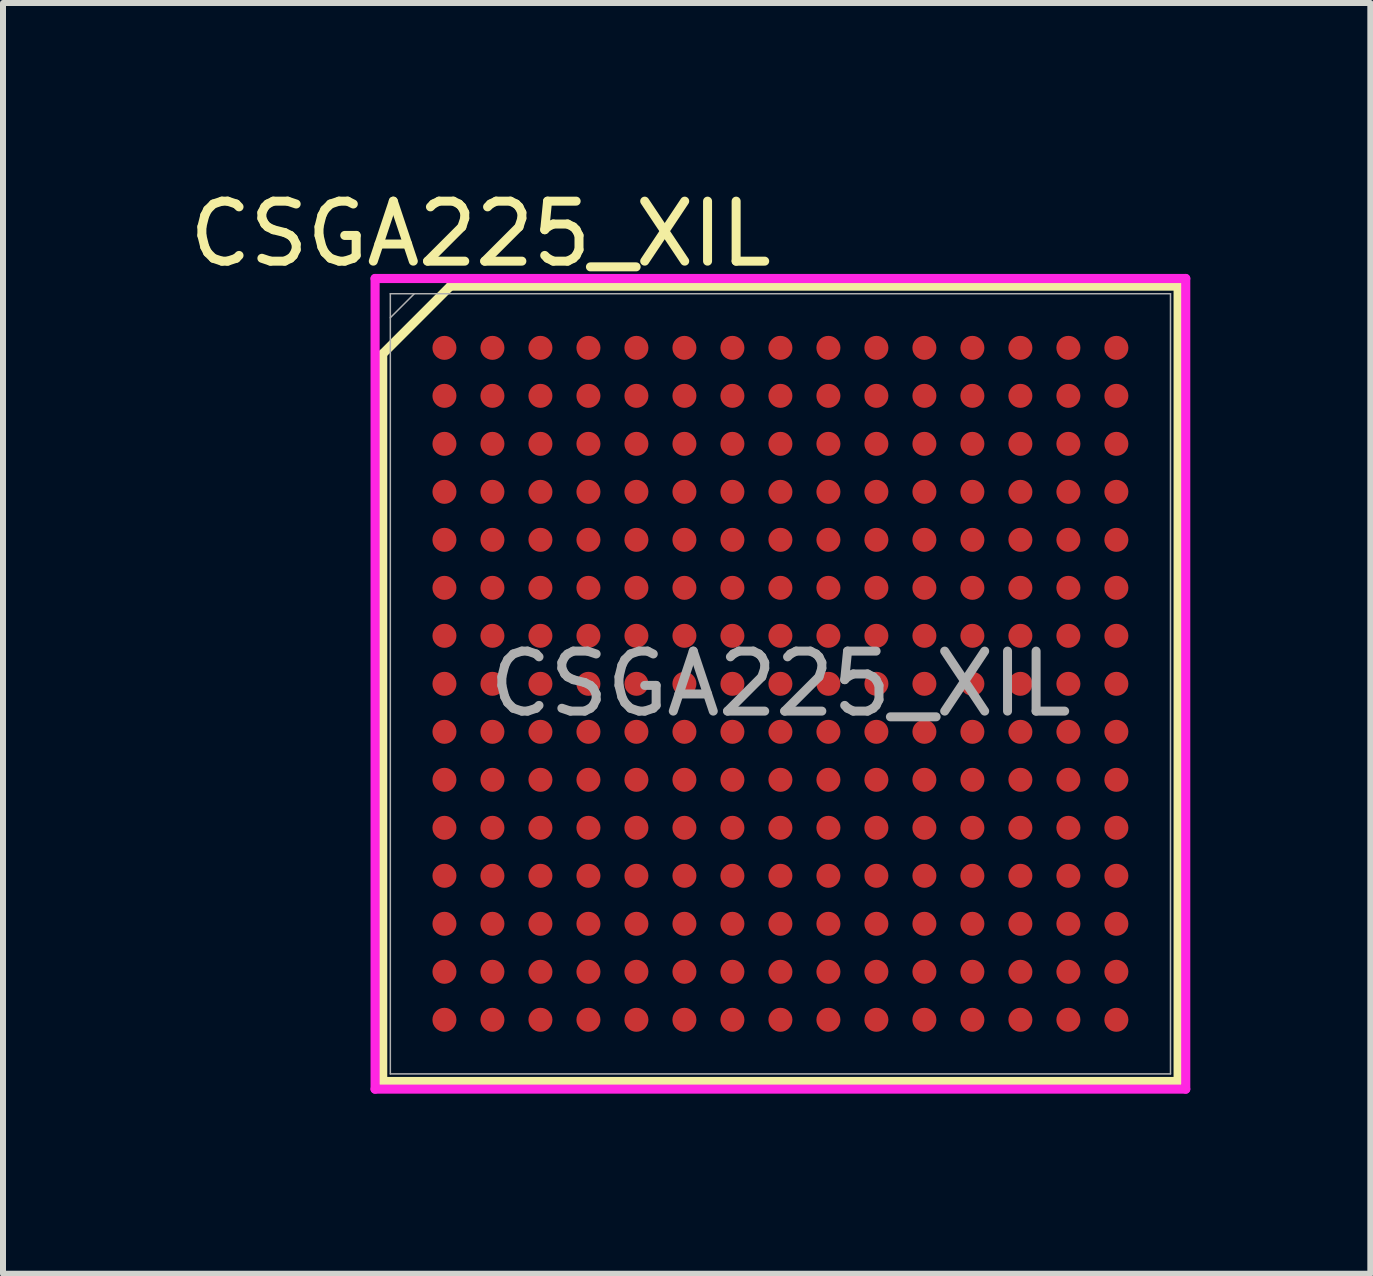
<source format=kicad_pcb>
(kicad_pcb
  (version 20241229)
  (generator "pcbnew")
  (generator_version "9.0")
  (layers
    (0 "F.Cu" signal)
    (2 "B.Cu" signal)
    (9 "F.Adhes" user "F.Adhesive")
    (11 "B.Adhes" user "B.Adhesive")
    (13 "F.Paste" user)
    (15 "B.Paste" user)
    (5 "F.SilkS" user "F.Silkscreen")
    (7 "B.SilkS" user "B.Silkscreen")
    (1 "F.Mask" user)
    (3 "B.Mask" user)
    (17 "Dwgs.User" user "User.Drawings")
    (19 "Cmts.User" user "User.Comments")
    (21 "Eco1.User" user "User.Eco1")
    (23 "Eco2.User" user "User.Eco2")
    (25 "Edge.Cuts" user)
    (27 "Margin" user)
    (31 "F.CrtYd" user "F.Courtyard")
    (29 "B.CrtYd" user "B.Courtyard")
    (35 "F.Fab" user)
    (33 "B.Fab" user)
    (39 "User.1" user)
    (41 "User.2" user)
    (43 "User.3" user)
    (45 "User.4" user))
  (footprint "CSGA225_XIL"
    (layer "F.Cu")
    (at 9.958 8.348)
    (property "Reference" "CSGA225_XIL" (at -5 -7.5 0) (unlocked yes) (layer "F.SilkS") (effects (font (size 1 1) (thickness 0.15))))
    (attr smd)
    (fp_line (start -6.629 -5.5) (end -6.629 6.629) (stroke (width 0.152) (type solid)) (layer "F.SilkS"))
    (fp_line (start -6.629 6.629) (end 6.629 6.629) (stroke (width 0.152) (type solid)) (layer "F.SilkS"))
    (fp_line (start -5.5 -6.629) (end -6.629 -5.5) (stroke (width 0.152) (type default)) (layer "F.SilkS"))
    (fp_line (start 6.629 -6.629) (end -5.5 -6.629) (stroke (width 0.152) (type solid)) (layer "F.SilkS"))
    (fp_line (start 6.629 6.629) (end 6.629 -6.629) (stroke (width 0.152) (type solid)) (layer "F.SilkS"))
    (fp_line (start -6.756 -6.756) (end 6.756 -6.756) (stroke (width 0.152) (type solid)) (layer "F.CrtYd"))
    (fp_line (start -6.756 6.756) (end -6.756 -6.756) (stroke (width 0.152) (type solid)) (layer "F.CrtYd"))
    (fp_line (start 6.756 -6.756) (end 6.756 6.756) (stroke (width 0.152) (type solid)) (layer "F.CrtYd"))
    (fp_line (start 6.756 6.756) (end -6.756 6.756) (stroke (width 0.152) (type solid)) (layer "F.CrtYd"))
    (fp_line (start -6.502 -6.502) (end -6.502 6.502) (stroke (width 0.025) (type solid)) (layer "F.Fab"))
    (fp_line (start -6.502 6.502) (end 6.502 6.502) (stroke (width 0.025) (type solid)) (layer "F.Fab"))
    (fp_line (start -6.102 -6.502) (end -6.502 -6.102) (stroke (width 0.025) (type solid)) (layer "F.Fab"))
    (fp_line (start 6.502 -6.502) (end -6.502 -6.502) (stroke (width 0.025) (type solid)) (layer "F.Fab"))
    (fp_line (start 6.502 6.502) (end 6.502 -6.502) (stroke (width 0.025) (type solid)) (layer "F.Fab"))
    (fp_text user "${REFERENCE}" (at 0 0 0) (unlocked yes) (layer "F.Fab") (effects (font (size 1 1) (thickness 0.15))))
    (pad "A1" smd circle (at -5.6 -5.6) (size 0.4 0.4) (layers "F.Cu" "F.Mask" "F.Paste"))
    (pad "A2" smd circle (at -4.8 -5.6) (size 0.4 0.4) (layers "F.Cu" "F.Mask" "F.Paste"))
    (pad "A3" smd circle (at -4 -5.6) (size 0.4 0.4) (layers "F.Cu" "F.Mask" "F.Paste"))
    (pad "A4" smd circle (at -3.2 -5.6) (size 0.4 0.4) (layers "F.Cu" "F.Mask" "F.Paste"))
    (pad "A5" smd circle (at -2.4 -5.6) (size 0.4 0.4) (layers "F.Cu" "F.Mask" "F.Paste"))
    (pad "A6" smd circle (at -1.6 -5.6) (size 0.4 0.4) (layers "F.Cu" "F.Mask" "F.Paste"))
    (pad "A7" smd circle (at -0.8 -5.6) (size 0.4 0.4) (layers "F.Cu" "F.Mask" "F.Paste"))
    (pad "A8" smd circle (at 0 -5.6) (size 0.4 0.4) (layers "F.Cu" "F.Mask" "F.Paste"))
    (pad "A9" smd circle (at 0.8 -5.6) (size 0.4 0.4) (layers "F.Cu" "F.Mask" "F.Paste"))
    (pad "A10" smd circle (at 1.6 -5.6) (size 0.4 0.4) (layers "F.Cu" "F.Mask" "F.Paste"))
    (pad "A11" smd circle (at 2.4 -5.6) (size 0.4 0.4) (layers "F.Cu" "F.Mask" "F.Paste"))
    (pad "A12" smd circle (at 3.2 -5.6) (size 0.4 0.4) (layers "F.Cu" "F.Mask" "F.Paste"))
    (pad "A13" smd circle (at 4 -5.6) (size 0.4 0.4) (layers "F.Cu" "F.Mask" "F.Paste"))
    (pad "A14" smd circle (at 4.8 -5.6) (size 0.4 0.4) (layers "F.Cu" "F.Mask" "F.Paste"))
    (pad "A15" smd circle (at 5.6 -5.6) (size 0.4 0.4) (layers "F.Cu" "F.Mask" "F.Paste"))
    (pad "B1" smd circle (at -5.6 -4.8) (size 0.4 0.4) (layers "F.Cu" "F.Mask" "F.Paste"))
    (pad "B2" smd circle (at -4.8 -4.8) (size 0.4 0.4) (layers "F.Cu" "F.Mask" "F.Paste"))
    (pad "B3" smd circle (at -4 -4.8) (size 0.4 0.4) (layers "F.Cu" "F.Mask" "F.Paste"))
    (pad "B4" smd circle (at -3.2 -4.8) (size 0.4 0.4) (layers "F.Cu" "F.Mask" "F.Paste"))
    (pad "B5" smd circle (at -2.4 -4.8) (size 0.4 0.4) (layers "F.Cu" "F.Mask" "F.Paste"))
    (pad "B6" smd circle (at -1.6 -4.8) (size 0.4 0.4) (layers "F.Cu" "F.Mask" "F.Paste"))
    (pad "B7" smd circle (at -0.8 -4.8) (size 0.4 0.4) (layers "F.Cu" "F.Mask" "F.Paste"))
    (pad "B8" smd circle (at 0 -4.8) (size 0.4 0.4) (layers "F.Cu" "F.Mask" "F.Paste"))
    (pad "B9" smd circle (at 0.8 -4.8) (size 0.4 0.4) (layers "F.Cu" "F.Mask" "F.Paste"))
    (pad "B10" smd circle (at 1.6 -4.8) (size 0.4 0.4) (layers "F.Cu" "F.Mask" "F.Paste"))
    (pad "B11" smd circle (at 2.4 -4.8) (size 0.4 0.4) (layers "F.Cu" "F.Mask" "F.Paste"))
    (pad "B12" smd circle (at 3.2 -4.8) (size 0.4 0.4) (layers "F.Cu" "F.Mask" "F.Paste"))
    (pad "B13" smd circle (at 4 -4.8) (size 0.4 0.4) (layers "F.Cu" "F.Mask" "F.Paste"))
    (pad "B14" smd circle (at 4.8 -4.8) (size 0.4 0.4) (layers "F.Cu" "F.Mask" "F.Paste"))
    (pad "B15" smd circle (at 5.6 -4.8) (size 0.4 0.4) (layers "F.Cu" "F.Mask" "F.Paste"))
    (pad "C1" smd circle (at -5.6 -4) (size 0.4 0.4) (layers "F.Cu" "F.Mask" "F.Paste"))
    (pad "C2" smd circle (at -4.8 -4) (size 0.4 0.4) (layers "F.Cu" "F.Mask" "F.Paste"))
    (pad "C3" smd circle (at -4 -4) (size 0.4 0.4) (layers "F.Cu" "F.Mask" "F.Paste"))
    (pad "C4" smd circle (at -3.2 -4) (size 0.4 0.4) (layers "F.Cu" "F.Mask" "F.Paste"))
    (pad "C5" smd circle (at -2.4 -4) (size 0.4 0.4) (layers "F.Cu" "F.Mask" "F.Paste"))
    (pad "C6" smd circle (at -1.6 -4) (size 0.4 0.4) (layers "F.Cu" "F.Mask" "F.Paste"))
    (pad "C7" smd circle (at -0.8 -4) (size 0.4 0.4) (layers "F.Cu" "F.Mask" "F.Paste"))
    (pad "C8" smd circle (at 0 -4) (size 0.4 0.4) (layers "F.Cu" "F.Mask" "F.Paste"))
    (pad "C9" smd circle (at 0.8 -4) (size 0.4 0.4) (layers "F.Cu" "F.Mask" "F.Paste"))
    (pad "C10" smd circle (at 1.6 -4) (size 0.4 0.4) (layers "F.Cu" "F.Mask" "F.Paste"))
    (pad "C11" smd circle (at 2.4 -4) (size 0.4 0.4) (layers "F.Cu" "F.Mask" "F.Paste"))
    (pad "C12" smd circle (at 3.2 -4) (size 0.4 0.4) (layers "F.Cu" "F.Mask" "F.Paste"))
    (pad "C13" smd circle (at 4 -4) (size 0.4 0.4) (layers "F.Cu" "F.Mask" "F.Paste"))
    (pad "C14" smd circle (at 4.8 -4) (size 0.4 0.4) (layers "F.Cu" "F.Mask" "F.Paste"))
    (pad "C15" smd circle (at 5.6 -4) (size 0.4 0.4) (layers "F.Cu" "F.Mask" "F.Paste"))
    (pad "D1" smd circle (at -5.6 -3.2) (size 0.4 0.4) (layers "F.Cu" "F.Mask" "F.Paste"))
    (pad "D2" smd circle (at -4.8 -3.2) (size 0.4 0.4) (layers "F.Cu" "F.Mask" "F.Paste"))
    (pad "D3" smd circle (at -4 -3.2) (size 0.4 0.4) (layers "F.Cu" "F.Mask" "F.Paste"))
    (pad "D4" smd circle (at -3.2 -3.2) (size 0.4 0.4) (layers "F.Cu" "F.Mask" "F.Paste"))
    (pad "D5" smd circle (at -2.4 -3.2) (size 0.4 0.4) (layers "F.Cu" "F.Mask" "F.Paste"))
    (pad "D6" smd circle (at -1.6 -3.2) (size 0.4 0.4) (layers "F.Cu" "F.Mask" "F.Paste"))
    (pad "D7" smd circle (at -0.8 -3.2) (size 0.4 0.4) (layers "F.Cu" "F.Mask" "F.Paste"))
    (pad "D8" smd circle (at 0 -3.2) (size 0.4 0.4) (layers "F.Cu" "F.Mask" "F.Paste"))
    (pad "D9" smd circle (at 0.8 -3.2) (size 0.4 0.4) (layers "F.Cu" "F.Mask" "F.Paste"))
    (pad "D10" smd circle (at 1.6 -3.2) (size 0.4 0.4) (layers "F.Cu" "F.Mask" "F.Paste"))
    (pad "D11" smd circle (at 2.4 -3.2) (size 0.4 0.4) (layers "F.Cu" "F.Mask" "F.Paste"))
    (pad "D12" smd circle (at 3.2 -3.2) (size 0.4 0.4) (layers "F.Cu" "F.Mask" "F.Paste"))
    (pad "D13" smd circle (at 4 -3.2) (size 0.4 0.4) (layers "F.Cu" "F.Mask" "F.Paste"))
    (pad "D14" smd circle (at 4.8 -3.2) (size 0.4 0.4) (layers "F.Cu" "F.Mask" "F.Paste"))
    (pad "D15" smd circle (at 5.6 -3.2) (size 0.4 0.4) (layers "F.Cu" "F.Mask" "F.Paste"))
    (pad "E1" smd circle (at -5.6 -2.4) (size 0.4 0.4) (layers "F.Cu" "F.Mask" "F.Paste"))
    (pad "E2" smd circle (at -4.8 -2.4) (size 0.4 0.4) (layers "F.Cu" "F.Mask" "F.Paste"))
    (pad "E3" smd circle (at -4 -2.4) (size 0.4 0.4) (layers "F.Cu" "F.Mask" "F.Paste"))
    (pad "E4" smd circle (at -3.2 -2.4) (size 0.4 0.4) (layers "F.Cu" "F.Mask" "F.Paste"))
    (pad "E5" smd circle (at -2.4 -2.4) (size 0.4 0.4) (layers "F.Cu" "F.Mask" "F.Paste"))
    (pad "E6" smd circle (at -1.6 -2.4) (size 0.4 0.4) (layers "F.Cu" "F.Mask" "F.Paste"))
    (pad "E7" smd circle (at -0.8 -2.4) (size 0.4 0.4) (layers "F.Cu" "F.Mask" "F.Paste"))
    (pad "E8" smd circle (at 0 -2.4) (size 0.4 0.4) (layers "F.Cu" "F.Mask" "F.Paste"))
    (pad "E9" smd circle (at 0.8 -2.4) (size 0.4 0.4) (layers "F.Cu" "F.Mask" "F.Paste"))
    (pad "E10" smd circle (at 1.6 -2.4) (size 0.4 0.4) (layers "F.Cu" "F.Mask" "F.Paste"))
    (pad "E11" smd circle (at 2.4 -2.4) (size 0.4 0.4) (layers "F.Cu" "F.Mask" "F.Paste"))
    (pad "E12" smd circle (at 3.2 -2.4) (size 0.4 0.4) (layers "F.Cu" "F.Mask" "F.Paste"))
    (pad "E13" smd circle (at 4 -2.4) (size 0.4 0.4) (layers "F.Cu" "F.Mask" "F.Paste"))
    (pad "E14" smd circle (at 4.8 -2.4) (size 0.4 0.4) (layers "F.Cu" "F.Mask" "F.Paste"))
    (pad "E15" smd circle (at 5.6 -2.4) (size 0.4 0.4) (layers "F.Cu" "F.Mask" "F.Paste"))
    (pad "F1" smd circle (at -5.6 -1.6) (size 0.4 0.4) (layers "F.Cu" "F.Mask" "F.Paste"))
    (pad "F2" smd circle (at -4.8 -1.6) (size 0.4 0.4) (layers "F.Cu" "F.Mask" "F.Paste"))
    (pad "F3" smd circle (at -4 -1.6) (size 0.4 0.4) (layers "F.Cu" "F.Mask" "F.Paste"))
    (pad "F4" smd circle (at -3.2 -1.6) (size 0.4 0.4) (layers "F.Cu" "F.Mask" "F.Paste"))
    (pad "F5" smd circle (at -2.4 -1.6) (size 0.4 0.4) (layers "F.Cu" "F.Mask" "F.Paste"))
    (pad "F6" smd circle (at -1.6 -1.6) (size 0.4 0.4) (layers "F.Cu" "F.Mask" "F.Paste"))
    (pad "F7" smd circle (at -0.8 -1.6) (size 0.4 0.4) (layers "F.Cu" "F.Mask" "F.Paste"))
    (pad "F8" smd circle (at 0 -1.6) (size 0.4 0.4) (layers "F.Cu" "F.Mask" "F.Paste"))
    (pad "F9" smd circle (at 0.8 -1.6) (size 0.4 0.4) (layers "F.Cu" "F.Mask" "F.Paste"))
    (pad "F10" smd circle (at 1.6 -1.6) (size 0.4 0.4) (layers "F.Cu" "F.Mask" "F.Paste"))
    (pad "F11" smd circle (at 2.4 -1.6) (size 0.4 0.4) (layers "F.Cu" "F.Mask" "F.Paste"))
    (pad "F12" smd circle (at 3.2 -1.6) (size 0.4 0.4) (layers "F.Cu" "F.Mask" "F.Paste"))
    (pad "F13" smd circle (at 4 -1.6) (size 0.4 0.4) (layers "F.Cu" "F.Mask" "F.Paste"))
    (pad "F14" smd circle (at 4.8 -1.6) (size 0.4 0.4) (layers "F.Cu" "F.Mask" "F.Paste"))
    (pad "F15" smd circle (at 5.6 -1.6) (size 0.4 0.4) (layers "F.Cu" "F.Mask" "F.Paste"))
    (pad "G1" smd circle (at -5.6 -0.8) (size 0.4 0.4) (layers "F.Cu" "F.Mask" "F.Paste"))
    (pad "G2" smd circle (at -4.8 -0.8) (size 0.4 0.4) (layers "F.Cu" "F.Mask" "F.Paste"))
    (pad "G3" smd circle (at -4 -0.8) (size 0.4 0.4) (layers "F.Cu" "F.Mask" "F.Paste"))
    (pad "G4" smd circle (at -3.2 -0.8) (size 0.4 0.4) (layers "F.Cu" "F.Mask" "F.Paste"))
    (pad "G5" smd circle (at -2.4 -0.8) (size 0.4 0.4) (layers "F.Cu" "F.Mask" "F.Paste"))
    (pad "G6" smd circle (at -1.6 -0.8) (size 0.4 0.4) (layers "F.Cu" "F.Mask" "F.Paste"))
    (pad "G7" smd circle (at -0.8 -0.8) (size 0.4 0.4) (layers "F.Cu" "F.Mask" "F.Paste"))
    (pad "G8" smd circle (at 0 -0.8) (size 0.4 0.4) (layers "F.Cu" "F.Mask" "F.Paste"))
    (pad "G9" smd circle (at 0.8 -0.8) (size 0.4 0.4) (layers "F.Cu" "F.Mask" "F.Paste"))
    (pad "G10" smd circle (at 1.6 -0.8) (size 0.4 0.4) (layers "F.Cu" "F.Mask" "F.Paste"))
    (pad "G11" smd circle (at 2.4 -0.8) (size 0.4 0.4) (layers "F.Cu" "F.Mask" "F.Paste"))
    (pad "G12" smd circle (at 3.2 -0.8) (size 0.4 0.4) (layers "F.Cu" "F.Mask" "F.Paste"))
    (pad "G13" smd circle (at 4 -0.8) (size 0.4 0.4) (layers "F.Cu" "F.Mask" "F.Paste"))
    (pad "G14" smd circle (at 4.8 -0.8) (size 0.4 0.4) (layers "F.Cu" "F.Mask" "F.Paste"))
    (pad "G15" smd circle (at 5.6 -0.8) (size 0.4 0.4) (layers "F.Cu" "F.Mask" "F.Paste"))
    (pad "H1" smd circle (at -5.6 0) (size 0.4 0.4) (layers "F.Cu" "F.Mask" "F.Paste"))
    (pad "H2" smd circle (at -4.8 0) (size 0.4 0.4) (layers "F.Cu" "F.Mask" "F.Paste"))
    (pad "H3" smd circle (at -4 0) (size 0.4 0.4) (layers "F.Cu" "F.Mask" "F.Paste"))
    (pad "H4" smd circle (at -3.2 0) (size 0.4 0.4) (layers "F.Cu" "F.Mask" "F.Paste"))
    (pad "H5" smd circle (at -2.4 0) (size 0.4 0.4) (layers "F.Cu" "F.Mask" "F.Paste"))
    (pad "H6" smd circle (at -1.6 0) (size 0.4 0.4) (layers "F.Cu" "F.Mask" "F.Paste"))
    (pad "H7" smd circle (at -0.8 0) (size 0.4 0.4) (layers "F.Cu" "F.Mask" "F.Paste"))
    (pad "H8" smd circle (at 0 0) (size 0.4 0.4) (layers "F.Cu" "F.Mask" "F.Paste"))
    (pad "H9" smd circle (at 0.8 0) (size 0.4 0.4) (layers "F.Cu" "F.Mask" "F.Paste"))
    (pad "H10" smd circle (at 1.6 0) (size 0.4 0.4) (layers "F.Cu" "F.Mask" "F.Paste"))
    (pad "H11" smd circle (at 2.4 0) (size 0.4 0.4) (layers "F.Cu" "F.Mask" "F.Paste"))
    (pad "H12" smd circle (at 3.2 0) (size 0.4 0.4) (layers "F.Cu" "F.Mask" "F.Paste"))
    (pad "H13" smd circle (at 4 0) (size 0.4 0.4) (layers "F.Cu" "F.Mask" "F.Paste"))
    (pad "H14" smd circle (at 4.8 0) (size 0.4 0.4) (layers "F.Cu" "F.Mask" "F.Paste"))
    (pad "H15" smd circle (at 5.6 0) (size 0.4 0.4) (layers "F.Cu" "F.Mask" "F.Paste"))
    (pad "J1" smd circle (at -5.6 0.8) (size 0.4 0.4) (layers "F.Cu" "F.Mask" "F.Paste"))
    (pad "J2" smd circle (at -4.8 0.8) (size 0.4 0.4) (layers "F.Cu" "F.Mask" "F.Paste"))
    (pad "J3" smd circle (at -4 0.8) (size 0.4 0.4) (layers "F.Cu" "F.Mask" "F.Paste"))
    (pad "J4" smd circle (at -3.2 0.8) (size 0.4 0.4) (layers "F.Cu" "F.Mask" "F.Paste"))
    (pad "J5" smd circle (at -2.4 0.8) (size 0.4 0.4) (layers "F.Cu" "F.Mask" "F.Paste"))
    (pad "J6" smd circle (at -1.6 0.8) (size 0.4 0.4) (layers "F.Cu" "F.Mask" "F.Paste"))
    (pad "J7" smd circle (at -0.8 0.8) (size 0.4 0.4) (layers "F.Cu" "F.Mask" "F.Paste"))
    (pad "J8" smd circle (at 0 0.8) (size 0.4 0.4) (layers "F.Cu" "F.Mask" "F.Paste"))
    (pad "J9" smd circle (at 0.8 0.8) (size 0.4 0.4) (layers "F.Cu" "F.Mask" "F.Paste"))
    (pad "J10" smd circle (at 1.6 0.8) (size 0.4 0.4) (layers "F.Cu" "F.Mask" "F.Paste"))
    (pad "J11" smd circle (at 2.4 0.8) (size 0.4 0.4) (layers "F.Cu" "F.Mask" "F.Paste"))
    (pad "J12" smd circle (at 3.2 0.8) (size 0.4 0.4) (layers "F.Cu" "F.Mask" "F.Paste"))
    (pad "J13" smd circle (at 4 0.8) (size 0.4 0.4) (layers "F.Cu" "F.Mask" "F.Paste"))
    (pad "J14" smd circle (at 4.8 0.8) (size 0.4 0.4) (layers "F.Cu" "F.Mask" "F.Paste"))
    (pad "J15" smd circle (at 5.6 0.8) (size 0.4 0.4) (layers "F.Cu" "F.Mask" "F.Paste"))
    (pad "K1" smd circle (at -5.6 1.6) (size 0.4 0.4) (layers "F.Cu" "F.Mask" "F.Paste"))
    (pad "K2" smd circle (at -4.8 1.6) (size 0.4 0.4) (layers "F.Cu" "F.Mask" "F.Paste"))
    (pad "K3" smd circle (at -4 1.6) (size 0.4 0.4) (layers "F.Cu" "F.Mask" "F.Paste"))
    (pad "K4" smd circle (at -3.2 1.6) (size 0.4 0.4) (layers "F.Cu" "F.Mask" "F.Paste"))
    (pad "K5" smd circle (at -2.4 1.6) (size 0.4 0.4) (layers "F.Cu" "F.Mask" "F.Paste"))
    (pad "K6" smd circle (at -1.6 1.6) (size 0.4 0.4) (layers "F.Cu" "F.Mask" "F.Paste"))
    (pad "K7" smd circle (at -0.8 1.6) (size 0.4 0.4) (layers "F.Cu" "F.Mask" "F.Paste"))
    (pad "K8" smd circle (at 0 1.6) (size 0.4 0.4) (layers "F.Cu" "F.Mask" "F.Paste"))
    (pad "K9" smd circle (at 0.8 1.6) (size 0.4 0.4) (layers "F.Cu" "F.Mask" "F.Paste"))
    (pad "K10" smd circle (at 1.6 1.6) (size 0.4 0.4) (layers "F.Cu" "F.Mask" "F.Paste"))
    (pad "K11" smd circle (at 2.4 1.6) (size 0.4 0.4) (layers "F.Cu" "F.Mask" "F.Paste"))
    (pad "K12" smd circle (at 3.2 1.6) (size 0.4 0.4) (layers "F.Cu" "F.Mask" "F.Paste"))
    (pad "K13" smd circle (at 4 1.6) (size 0.4 0.4) (layers "F.Cu" "F.Mask" "F.Paste"))
    (pad "K14" smd circle (at 4.8 1.6) (size 0.4 0.4) (layers "F.Cu" "F.Mask" "F.Paste"))
    (pad "K15" smd circle (at 5.6 1.6) (size 0.4 0.4) (layers "F.Cu" "F.Mask" "F.Paste"))
    (pad "L1" smd circle (at -5.6 2.4) (size 0.4 0.4) (layers "F.Cu" "F.Mask" "F.Paste"))
    (pad "L2" smd circle (at -4.8 2.4) (size 0.4 0.4) (layers "F.Cu" "F.Mask" "F.Paste"))
    (pad "L3" smd circle (at -4 2.4) (size 0.4 0.4) (layers "F.Cu" "F.Mask" "F.Paste"))
    (pad "L4" smd circle (at -3.2 2.4) (size 0.4 0.4) (layers "F.Cu" "F.Mask" "F.Paste"))
    (pad "L5" smd circle (at -2.4 2.4) (size 0.4 0.4) (layers "F.Cu" "F.Mask" "F.Paste"))
    (pad "L6" smd circle (at -1.6 2.4) (size 0.4 0.4) (layers "F.Cu" "F.Mask" "F.Paste"))
    (pad "L7" smd circle (at -0.8 2.4) (size 0.4 0.4) (layers "F.Cu" "F.Mask" "F.Paste"))
    (pad "L8" smd circle (at 0 2.4) (size 0.4 0.4) (layers "F.Cu" "F.Mask" "F.Paste"))
    (pad "L9" smd circle (at 0.8 2.4) (size 0.4 0.4) (layers "F.Cu" "F.Mask" "F.Paste"))
    (pad "L10" smd circle (at 1.6 2.4) (size 0.4 0.4) (layers "F.Cu" "F.Mask" "F.Paste"))
    (pad "L11" smd circle (at 2.4 2.4) (size 0.4 0.4) (layers "F.Cu" "F.Mask" "F.Paste"))
    (pad "L12" smd circle (at 3.2 2.4) (size 0.4 0.4) (layers "F.Cu" "F.Mask" "F.Paste"))
    (pad "L13" smd circle (at 4 2.4) (size 0.4 0.4) (layers "F.Cu" "F.Mask" "F.Paste"))
    (pad "L14" smd circle (at 4.8 2.4) (size 0.4 0.4) (layers "F.Cu" "F.Mask" "F.Paste"))
    (pad "L15" smd circle (at 5.6 2.4) (size 0.4 0.4) (layers "F.Cu" "F.Mask" "F.Paste"))
    (pad "M1" smd circle (at -5.6 3.2) (size 0.4 0.4) (layers "F.Cu" "F.Mask" "F.Paste"))
    (pad "M2" smd circle (at -4.8 3.2) (size 0.4 0.4) (layers "F.Cu" "F.Mask" "F.Paste"))
    (pad "M3" smd circle (at -4 3.2) (size 0.4 0.4) (layers "F.Cu" "F.Mask" "F.Paste"))
    (pad "M4" smd circle (at -3.2 3.2) (size 0.4 0.4) (layers "F.Cu" "F.Mask" "F.Paste"))
    (pad "M5" smd circle (at -2.4 3.2) (size 0.4 0.4) (layers "F.Cu" "F.Mask" "F.Paste"))
    (pad "M6" smd circle (at -1.6 3.2) (size 0.4 0.4) (layers "F.Cu" "F.Mask" "F.Paste"))
    (pad "M7" smd circle (at -0.8 3.2) (size 0.4 0.4) (layers "F.Cu" "F.Mask" "F.Paste"))
    (pad "M8" smd circle (at 0 3.2) (size 0.4 0.4) (layers "F.Cu" "F.Mask" "F.Paste"))
    (pad "M9" smd circle (at 0.8 3.2) (size 0.4 0.4) (layers "F.Cu" "F.Mask" "F.Paste"))
    (pad "M10" smd circle (at 1.6 3.2) (size 0.4 0.4) (layers "F.Cu" "F.Mask" "F.Paste"))
    (pad "M11" smd circle (at 2.4 3.2) (size 0.4 0.4) (layers "F.Cu" "F.Mask" "F.Paste"))
    (pad "M12" smd circle (at 3.2 3.2) (size 0.4 0.4) (layers "F.Cu" "F.Mask" "F.Paste"))
    (pad "M13" smd circle (at 4 3.2) (size 0.4 0.4) (layers "F.Cu" "F.Mask" "F.Paste"))
    (pad "M14" smd circle (at 4.8 3.2) (size 0.4 0.4) (layers "F.Cu" "F.Mask" "F.Paste"))
    (pad "M15" smd circle (at 5.6 3.2) (size 0.4 0.4) (layers "F.Cu" "F.Mask" "F.Paste"))
    (pad "N1" smd circle (at -5.6 4) (size 0.4 0.4) (layers "F.Cu" "F.Mask" "F.Paste"))
    (pad "N2" smd circle (at -4.8 4) (size 0.4 0.4) (layers "F.Cu" "F.Mask" "F.Paste"))
    (pad "N3" smd circle (at -4 4) (size 0.4 0.4) (layers "F.Cu" "F.Mask" "F.Paste"))
    (pad "N4" smd circle (at -3.2 4) (size 0.4 0.4) (layers "F.Cu" "F.Mask" "F.Paste"))
    (pad "N5" smd circle (at -2.4 4) (size 0.4 0.4) (layers "F.Cu" "F.Mask" "F.Paste"))
    (pad "N6" smd circle (at -1.6 4) (size 0.4 0.4) (layers "F.Cu" "F.Mask" "F.Paste"))
    (pad "N7" smd circle (at -0.8 4) (size 0.4 0.4) (layers "F.Cu" "F.Mask" "F.Paste"))
    (pad "N8" smd circle (at 0 4) (size 0.4 0.4) (layers "F.Cu" "F.Mask" "F.Paste"))
    (pad "N9" smd circle (at 0.8 4) (size 0.4 0.4) (layers "F.Cu" "F.Mask" "F.Paste"))
    (pad "N10" smd circle (at 1.6 4) (size 0.4 0.4) (layers "F.Cu" "F.Mask" "F.Paste"))
    (pad "N11" smd circle (at 2.4 4) (size 0.4 0.4) (layers "F.Cu" "F.Mask" "F.Paste"))
    (pad "N12" smd circle (at 3.2 4) (size 0.4 0.4) (layers "F.Cu" "F.Mask" "F.Paste"))
    (pad "N13" smd circle (at 4 4) (size 0.4 0.4) (layers "F.Cu" "F.Mask" "F.Paste"))
    (pad "N14" smd circle (at 4.8 4) (size 0.4 0.4) (layers "F.Cu" "F.Mask" "F.Paste"))
    (pad "N15" smd circle (at 5.6 4) (size 0.4 0.4) (layers "F.Cu" "F.Mask" "F.Paste"))
    (pad "P1" smd circle (at -5.6 4.8) (size 0.4 0.4) (layers "F.Cu" "F.Mask" "F.Paste"))
    (pad "P2" smd circle (at -4.8 4.8) (size 0.4 0.4) (layers "F.Cu" "F.Mask" "F.Paste"))
    (pad "P3" smd circle (at -4 4.8) (size 0.4 0.4) (layers "F.Cu" "F.Mask" "F.Paste"))
    (pad "P4" smd circle (at -3.2 4.8) (size 0.4 0.4) (layers "F.Cu" "F.Mask" "F.Paste"))
    (pad "P5" smd circle (at -2.4 4.8) (size 0.4 0.4) (layers "F.Cu" "F.Mask" "F.Paste"))
    (pad "P6" smd circle (at -1.6 4.8) (size 0.4 0.4) (layers "F.Cu" "F.Mask" "F.Paste"))
    (pad "P7" smd circle (at -0.8 4.8) (size 0.4 0.4) (layers "F.Cu" "F.Mask" "F.Paste"))
    (pad "P8" smd circle (at 0 4.8) (size 0.4 0.4) (layers "F.Cu" "F.Mask" "F.Paste"))
    (pad "P9" smd circle (at 0.8 4.8) (size 0.4 0.4) (layers "F.Cu" "F.Mask" "F.Paste"))
    (pad "P10" smd circle (at 1.6 4.8) (size 0.4 0.4) (layers "F.Cu" "F.Mask" "F.Paste"))
    (pad "P11" smd circle (at 2.4 4.8) (size 0.4 0.4) (layers "F.Cu" "F.Mask" "F.Paste"))
    (pad "P12" smd circle (at 3.2 4.8) (size 0.4 0.4) (layers "F.Cu" "F.Mask" "F.Paste"))
    (pad "P13" smd circle (at 4 4.8) (size 0.4 0.4) (layers "F.Cu" "F.Mask" "F.Paste"))
    (pad "P14" smd circle (at 4.8 4.8) (size 0.4 0.4) (layers "F.Cu" "F.Mask" "F.Paste"))
    (pad "P15" smd circle (at 5.6 4.8) (size 0.4 0.4) (layers "F.Cu" "F.Mask" "F.Paste"))
    (pad "R1" smd circle (at -5.6 5.6) (size 0.4 0.4) (layers "F.Cu" "F.Mask" "F.Paste"))
    (pad "R2" smd circle (at -4.8 5.6) (size 0.4 0.4) (layers "F.Cu" "F.Mask" "F.Paste"))
    (pad "R3" smd circle (at -4 5.6) (size 0.4 0.4) (layers "F.Cu" "F.Mask" "F.Paste"))
    (pad "R4" smd circle (at -3.2 5.6) (size 0.4 0.4) (layers "F.Cu" "F.Mask" "F.Paste"))
    (pad "R5" smd circle (at -2.4 5.6) (size 0.4 0.4) (layers "F.Cu" "F.Mask" "F.Paste"))
    (pad "R6" smd circle (at -1.6 5.6) (size 0.4 0.4) (layers "F.Cu" "F.Mask" "F.Paste"))
    (pad "R7" smd circle (at -0.8 5.6) (size 0.4 0.4) (layers "F.Cu" "F.Mask" "F.Paste"))
    (pad "R8" smd circle (at 0 5.6) (size 0.4 0.4) (layers "F.Cu" "F.Mask" "F.Paste"))
    (pad "R9" smd circle (at 0.8 5.6) (size 0.4 0.4) (layers "F.Cu" "F.Mask" "F.Paste"))
    (pad "R10" smd circle (at 1.6 5.6) (size 0.4 0.4) (layers "F.Cu" "F.Mask" "F.Paste"))
    (pad "R11" smd circle (at 2.4 5.6) (size 0.4 0.4) (layers "F.Cu" "F.Mask" "F.Paste"))
    (pad "R12" smd circle (at 3.2 5.6) (size 0.4 0.4) (layers "F.Cu" "F.Mask" "F.Paste"))
    (pad "R13" smd circle (at 4 5.6) (size 0.4 0.4) (layers "F.Cu" "F.Mask" "F.Paste"))
    (pad "R14" smd circle (at 4.8 5.6) (size 0.4 0.4) (layers "F.Cu" "F.Mask" "F.Paste"))
    (pad "R15" smd circle (at 5.6 5.6) (size 0.4 0.4) (layers "F.Cu" "F.Mask" "F.Paste")))
  (gr_rect
    (start -3 -3)
    (end 19.791 18.181)
    (stroke (width 0.1) (type default))
    (fill no)
    (layer "Edge.Cuts")))
</source>
